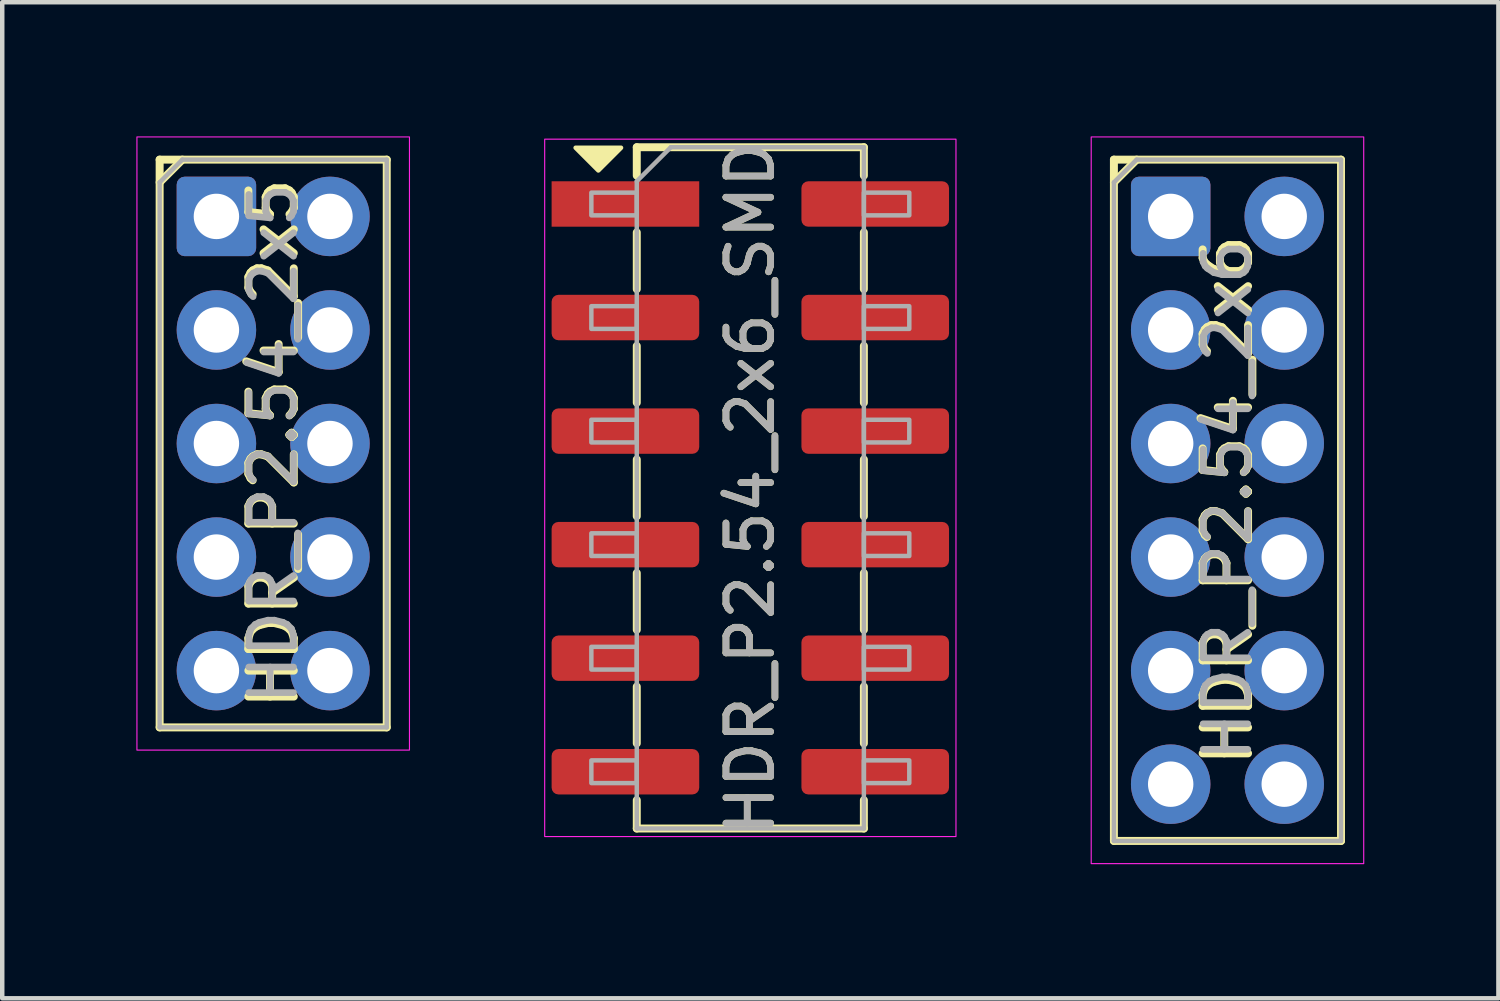
<source format=kicad_pcb>
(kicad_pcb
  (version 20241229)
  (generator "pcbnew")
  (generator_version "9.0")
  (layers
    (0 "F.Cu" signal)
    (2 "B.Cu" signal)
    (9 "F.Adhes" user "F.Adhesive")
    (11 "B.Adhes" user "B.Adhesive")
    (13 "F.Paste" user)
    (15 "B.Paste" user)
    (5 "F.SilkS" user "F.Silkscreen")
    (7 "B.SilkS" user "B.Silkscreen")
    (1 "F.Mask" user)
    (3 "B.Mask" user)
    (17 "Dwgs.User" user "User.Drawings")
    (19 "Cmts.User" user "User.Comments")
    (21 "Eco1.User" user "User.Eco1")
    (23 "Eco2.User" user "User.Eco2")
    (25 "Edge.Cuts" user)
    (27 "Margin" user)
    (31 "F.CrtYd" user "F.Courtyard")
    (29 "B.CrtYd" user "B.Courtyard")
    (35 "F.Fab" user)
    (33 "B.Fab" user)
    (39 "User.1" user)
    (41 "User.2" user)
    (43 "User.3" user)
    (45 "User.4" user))
  (footprint "HDR_P2.54_2x6_SMD"
    (layer "F.Cu")
    (at 13.734 7.863)
    (property "Reference" "HDR_P2.54_2x6_SMD" (at 0 0 90) (layer "F.SilkS") (effects (font (size 1 1) (thickness 0.15))))
    (attr smd)
    (fp_line (start -2.54 -7.62) (end -2.54 -6.985) (stroke (width 0.178) (type solid)) (layer "F.SilkS"))
    (fp_line (start -2.54 -4.445) (end -2.54 -5.715) (stroke (width 0.178) (type solid)) (layer "F.SilkS"))
    (fp_line (start -2.54 -1.905) (end -2.54 -3.175) (stroke (width 0.178) (type solid)) (layer "F.SilkS"))
    (fp_line (start -2.54 0.635) (end -2.54 -0.635) (stroke (width 0.178) (type solid)) (layer "F.SilkS"))
    (fp_line (start -2.54 3.175) (end -2.54 1.905) (stroke (width 0.178) (type solid)) (layer "F.SilkS"))
    (fp_line (start -2.54 5.715) (end -2.54 4.445) (stroke (width 0.178) (type solid)) (layer "F.SilkS"))
    (fp_line (start -2.54 7.62) (end -2.54 6.985) (stroke (width 0.178) (type solid)) (layer "F.SilkS"))
    (fp_line (start 2.54 -7.62) (end -2.54 -7.62) (stroke (width 0.178) (type solid)) (layer "F.SilkS"))
    (fp_line (start 2.54 -6.985) (end 2.54 -7.62) (stroke (width 0.178) (type solid)) (layer "F.SilkS"))
    (fp_line (start 2.54 -4.445) (end 2.54 -5.715) (stroke (width 0.178) (type solid)) (layer "F.SilkS"))
    (fp_line (start 2.54 -1.905) (end 2.54 -3.175) (stroke (width 0.178) (type solid)) (layer "F.SilkS"))
    (fp_line (start 2.54 0.635) (end 2.54 -0.635) (stroke (width 0.178) (type solid)) (layer "F.SilkS"))
    (fp_line (start 2.54 3.175) (end 2.54 1.905) (stroke (width 0.178) (type solid)) (layer "F.SilkS"))
    (fp_line (start 2.54 5.715) (end 2.54 4.445) (stroke (width 0.178) (type solid)) (layer "F.SilkS"))
    (fp_line (start 2.54 6.985) (end 2.54 7.62) (stroke (width 0.178) (type solid)) (layer "F.SilkS"))
    (fp_line (start 2.54 7.62) (end -2.54 7.62) (stroke (width 0.178) (type solid)) (layer "F.SilkS"))
    (fp_poly (pts (xy -3.4 -7.1) (xy -3.908 -7.608) (xy -2.892 -7.608)) (stroke (width 0.1) (type solid)) (fill yes) (layer "F.SilkS"))
    (fp_rect (start -4.6 -7.8) (end 4.6 7.8) (stroke (width 0.025) (type solid)) (fill no) (layer "F.CrtYd"))
    (fp_line (start -2.54 -6.858) (end -1.778 -7.62) (stroke (width 0.1) (type solid)) (layer "F.Fab"))
    (fp_line (start -2.54 7.62) (end -2.54 -6.858) (stroke (width 0.1) (type solid)) (layer "F.Fab"))
    (fp_line (start -1.778 -7.62) (end 2.54 -7.62) (stroke (width 0.1) (type solid)) (layer "F.Fab"))
    (fp_line (start 2.54 -7.62) (end 2.54 7.62) (stroke (width 0.1) (type solid)) (layer "F.Fab"))
    (fp_line (start 2.54 7.62) (end -2.54 7.62) (stroke (width 0.1) (type solid)) (layer "F.Fab"))
    (fp_rect (start -3.556 -6.604) (end -2.54 -6.096) (stroke (width 0.1) (type solid)) (fill no) (layer "F.Fab"))
    (fp_rect (start -3.556 -4.064) (end -2.54 -3.556) (stroke (width 0.1) (type solid)) (fill no) (layer "F.Fab"))
    (fp_rect (start -3.556 -1.524) (end -2.54 -1.016) (stroke (width 0.1) (type solid)) (fill no) (layer "F.Fab"))
    (fp_rect (start -3.556 1.016) (end -2.54 1.524) (stroke (width 0.1) (type solid)) (fill no) (layer "F.Fab"))
    (fp_rect (start -3.556 3.556) (end -2.54 4.064) (stroke (width 0.1) (type solid)) (fill no) (layer "F.Fab"))
    (fp_rect (start -3.556 6.096) (end -2.54 6.604) (stroke (width 0.1) (type solid)) (fill no) (layer "F.Fab"))
    (fp_rect (start 2.54 -6.604) (end 3.556 -6.096) (stroke (width 0.1) (type solid)) (fill no) (layer "F.Fab"))
    (fp_rect (start 2.54 -4.064) (end 3.556 -3.556) (stroke (width 0.1) (type solid)) (fill no) (layer "F.Fab"))
    (fp_rect (start 2.54 -1.524) (end 3.556 -1.016) (stroke (width 0.1) (type solid)) (fill no) (layer "F.Fab"))
    (fp_rect (start 2.54 1.016) (end 3.556 1.524) (stroke (width 0.1) (type solid)) (fill no) (layer "F.Fab"))
    (fp_rect (start 2.54 3.556) (end 3.556 4.064) (stroke (width 0.1) (type solid)) (fill no) (layer "F.Fab"))
    (fp_rect (start 2.54 6.096) (end 3.556 6.604) (stroke (width 0.1) (type solid)) (fill no) (layer "F.Fab"))
    (fp_text user "${REFERENCE}" (at 0 0 90) (layer "F.Fab") (effects (font (size 1 1) (thickness 0.15))))
    (pad "1" smd rect (at -2.794 -6.35) (size 3.302 1.016) (layers "F.Cu" "F.Mask" "F.Paste"))
    (pad "2" smd roundrect (at 2.794 -6.35) (size 3.302 1.016) (layers "F.Cu" "F.Mask" "F.Paste") (roundrect_rratio 0.15))
    (pad "3" smd roundrect (at -2.794 -3.81) (size 3.302 1.016) (layers "F.Cu" "F.Mask" "F.Paste") (roundrect_rratio 0.15))
    (pad "4" smd roundrect (at 2.794 -3.81) (size 3.302 1.016) (layers "F.Cu" "F.Mask" "F.Paste") (roundrect_rratio 0.15))
    (pad "5" smd roundrect (at -2.794 -1.27) (size 3.302 1.016) (layers "F.Cu" "F.Mask" "F.Paste") (roundrect_rratio 0.15))
    (pad "6" smd roundrect (at 2.794 -1.27) (size 3.302 1.016) (layers "F.Cu" "F.Mask" "F.Paste") (roundrect_rratio 0.15))
    (pad "7" smd roundrect (at -2.794 1.27) (size 3.302 1.016) (layers "F.Cu" "F.Mask" "F.Paste") (roundrect_rratio 0.15))
    (pad "8" smd roundrect (at 2.794 1.27) (size 3.302 1.016) (layers "F.Cu" "F.Mask" "F.Paste") (roundrect_rratio 0.15))
    (pad "9" smd roundrect (at -2.794 3.81) (size 3.302 1.016) (layers "F.Cu" "F.Mask" "F.Paste") (roundrect_rratio 0.15))
    (pad "10" smd roundrect (at 2.794 3.81) (size 3.302 1.016) (layers "F.Cu" "F.Mask" "F.Paste") (roundrect_rratio 0.15))
    (pad "11" smd roundrect (at -2.794 6.35) (size 3.302 1.016) (layers "F.Cu" "F.Mask" "F.Paste") (roundrect_rratio 0.15))
    (pad "12" smd roundrect (at 2.794 6.35) (size 3.302 1.016) (layers "F.Cu" "F.Mask" "F.Paste") (roundrect_rratio 0.15)))
  (footprint "HDR_P2.54_2x5"
    (layer "F.Cu")
    (at 3.061 6.871)
    (property "Reference" "HDR_P2.54_2x5" (at 0 0 90) (layer "F.SilkS") (effects (font (size 1.016 1.016) (thickness 0.178))))
    (attr through_hole)
    (fp_line (start -2.54 -6.35) (end -2.54 6.35) (stroke (width 0.178) (type solid)) (layer "F.SilkS"))
    (fp_line (start -2.54 -6.35) (end 2.54 -6.35) (stroke (width 0.178) (type solid)) (layer "F.SilkS"))
    (fp_line (start -2.54 -5.842) (end -2.032 -6.35) (stroke (width 0.178) (type solid)) (layer "F.SilkS"))
    (fp_line (start -2.54 6.35) (end 2.54 6.35) (stroke (width 0.178) (type solid)) (layer "F.SilkS"))
    (fp_line (start 2.54 -6.35) (end 2.54 6.35) (stroke (width 0.178) (type solid)) (layer "F.SilkS"))
    (fp_rect (start -3.048 -6.858) (end 3.048 6.858) (stroke (width 0.025) (type solid)) (fill no) (layer "F.CrtYd"))
    (fp_line (start -2.54 -5.842) (end -2.032 -6.35) (stroke (width 0.1) (type solid)) (layer "F.Fab"))
    (fp_line (start -2.54 6.35) (end -2.54 -5.842) (stroke (width 0.1) (type solid)) (layer "F.Fab"))
    (fp_line (start -2.032 -6.35) (end 2.54 -6.35) (stroke (width 0.1) (type solid)) (layer "F.Fab"))
    (fp_line (start 2.54 -6.35) (end 2.54 6.35) (stroke (width 0.1) (type solid)) (layer "F.Fab"))
    (fp_line (start 2.54 6.35) (end -2.54 6.35) (stroke (width 0.1) (type solid)) (layer "F.Fab"))
    (fp_text user "${REFERENCE}" (at 0 0 90) (layer "F.Fab") (effects (font (size 1 1) (thickness 0.15))))
    (pad "1" thru_hole roundrect (at -1.27 -5.08) (size 1.778 1.778) (drill 1.016) (layers "*.Cu" "*.Mask") (roundrect_rratio 0.1))
    (pad "2" thru_hole oval (at 1.27 -5.08) (size 1.778 1.778) (drill 1.016) (layers "*.Cu" "*.Mask"))
    (pad "3" thru_hole oval (at -1.27 -2.54) (size 1.778 1.778) (drill 1.016) (layers "*.Cu" "*.Mask"))
    (pad "4" thru_hole oval (at 1.27 -2.54) (size 1.778 1.778) (drill 1.016) (layers "*.Cu" "*.Mask"))
    (pad "5" thru_hole oval (at -1.27 0) (size 1.778 1.778) (drill 1.016) (layers "*.Cu" "*.Mask"))
    (pad "6" thru_hole oval (at 1.27 0) (size 1.778 1.778) (drill 1.016) (layers "*.Cu" "*.Mask"))
    (pad "7" thru_hole oval (at -1.27 2.54) (size 1.778 1.778) (drill 1.016) (layers "*.Cu" "*.Mask"))
    (pad "8" thru_hole oval (at 1.27 2.54) (size 1.778 1.778) (drill 1.016) (layers "*.Cu" "*.Mask"))
    (pad "9" thru_hole oval (at -1.27 5.08) (size 1.778 1.778) (drill 1.016) (layers "*.Cu" "*.Mask"))
    (pad "10" thru_hole oval (at 1.27 5.08) (size 1.778 1.778) (drill 1.016) (layers "*.Cu" "*.Mask")))
  (footprint "HDR_P2.54_2x6"
    (layer "F.Cu")
    (at 24.407 8.141)
    (property "Reference" "HDR_P2.54_2x6" (at 0 0 90) (layer "F.SilkS") (effects (font (size 1.016 1.016) (thickness 0.178))))
    (attr through_hole)
    (fp_line (start -2.54 -7.62) (end -2.54 7.62) (stroke (width 0.178) (type solid)) (layer "F.SilkS"))
    (fp_line (start -2.54 -7.62) (end 2.54 -7.62) (stroke (width 0.178) (type solid)) (layer "F.SilkS"))
    (fp_line (start -2.54 -7.112) (end -2.032 -7.62) (stroke (width 0.178) (type solid)) (layer "F.SilkS"))
    (fp_line (start -2.54 7.62) (end 2.54 7.62) (stroke (width 0.178) (type solid)) (layer "F.SilkS"))
    (fp_line (start 2.54 -7.62) (end 2.54 7.62) (stroke (width 0.178) (type solid)) (layer "F.SilkS"))
    (fp_rect (start -3.048 -8.128) (end 3.048 8.128) (stroke (width 0.025) (type solid)) (fill no) (layer "F.CrtYd"))
    (fp_line (start -2.54 -7.112) (end -2.032 -7.62) (stroke (width 0.1) (type solid)) (layer "F.Fab"))
    (fp_line (start -2.54 7.62) (end -2.54 -7.112) (stroke (width 0.1) (type solid)) (layer "F.Fab"))
    (fp_line (start -2.032 -7.62) (end 2.54 -7.62) (stroke (width 0.1) (type solid)) (layer "F.Fab"))
    (fp_line (start 2.54 -7.62) (end 2.54 7.62) (stroke (width 0.1) (type solid)) (layer "F.Fab"))
    (fp_line (start 2.54 7.62) (end -2.54 7.62) (stroke (width 0.1) (type solid)) (layer "F.Fab"))
    (fp_text user "${REFERENCE}" (at 0 0 90) (layer "F.Fab") (effects (font (size 1 1) (thickness 0.15))))
    (pad "1" thru_hole roundrect (at -1.27 -6.35) (size 1.778 1.778) (drill 1.016) (layers "*.Cu" "*.Mask") (roundrect_rratio 0.1))
    (pad "2" thru_hole oval (at 1.27 -6.35) (size 1.778 1.778) (drill 1.016) (layers "*.Cu" "*.Mask"))
    (pad "3" thru_hole oval (at -1.27 -3.81) (size 1.778 1.778) (drill 1.016) (layers "*.Cu" "*.Mask"))
    (pad "4" thru_hole oval (at 1.27 -3.81) (size 1.778 1.778) (drill 1.016) (layers "*.Cu" "*.Mask"))
    (pad "5" thru_hole oval (at -1.27 -1.27) (size 1.778 1.778) (drill 1.016) (layers "*.Cu" "*.Mask"))
    (pad "6" thru_hole oval (at 1.27 -1.27) (size 1.778 1.778) (drill 1.016) (layers "*.Cu" "*.Mask"))
    (pad "7" thru_hole oval (at -1.27 1.27) (size 1.778 1.778) (drill 1.016) (layers "*.Cu" "*.Mask"))
    (pad "8" thru_hole oval (at 1.27 1.27) (size 1.778 1.778) (drill 1.016) (layers "*.Cu" "*.Mask"))
    (pad "9" thru_hole oval (at -1.27 3.81) (size 1.778 1.778) (drill 1.016) (layers "*.Cu" "*.Mask"))
    (pad "10" thru_hole oval (at 1.27 3.81) (size 1.778 1.778) (drill 1.016) (layers "*.Cu" "*.Mask"))
    (pad "11" thru_hole oval (at -1.27 6.35) (size 1.778 1.778) (drill 1.016) (layers "*.Cu" "*.Mask"))
    (pad "12" thru_hole oval (at 1.27 6.35) (size 1.778 1.778) (drill 1.016) (layers "*.Cu" "*.Mask")))
  (gr_rect
    (start -3 -3)
    (end 30.468 19.281)
    (stroke (width 0.1) (type default))
    (fill no)
    (layer "Edge.Cuts")))
</source>
